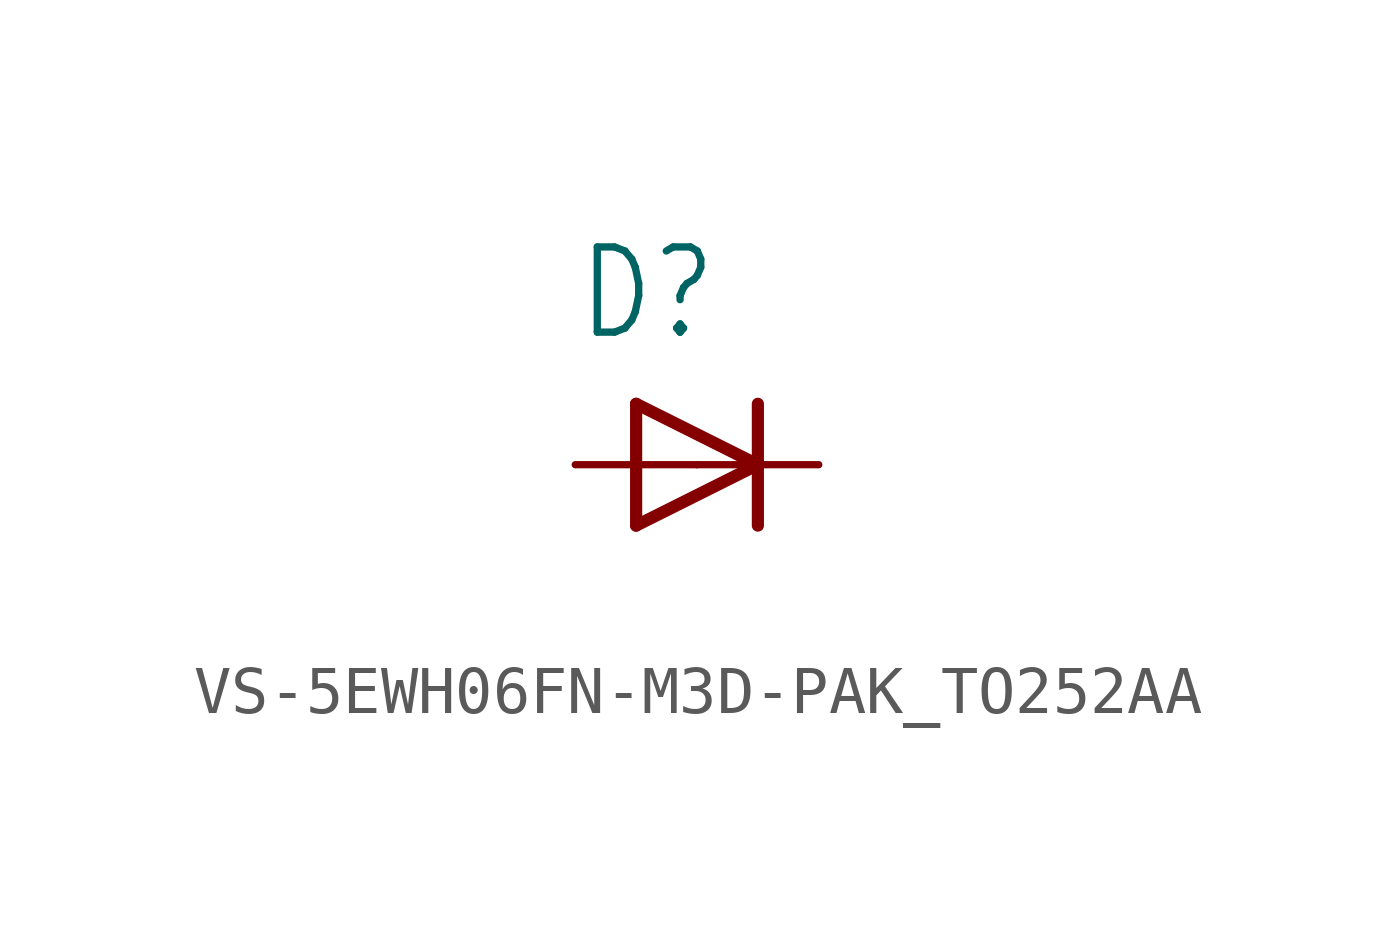
<source format=kicad_sym>
(kicad_symbol_lib
  (version 20220914)
  (generator kicad_symbol_editor)
  (symbol "VS-5EWH06FN-M3D-PAK_TO252AA"
    (property "Reference" "D"
      (at -2.54 2.54 0)
      (effects (font (size 1.778 1.511)) (justify left bottom)))
    (property "Value" ""
      (at -2.54 -2.54 0)
      (effects (font (size 1.778 1.511)) (justify left top)))
    (property "ki_locked" ""
      (at 0 0 0)
      (effects (font (size 1.27 1.27))))
    (symbol "VS-5EWH06FN-M3D-PAK_TO252AA_1_0"
      (polyline (pts (xy -1.27 -1.27) (xy 1.27 0)) (stroke (width 0.254) (type solid)) (fill (type none)))
      (polyline (pts (xy -1.27 1.27) (xy -1.27 -1.27)) (stroke (width 0.254) (type solid)) (fill (type none)))
      (polyline (pts (xy 1.27 0) (xy -1.27 1.27)) (stroke (width 0.254) (type solid)) (fill (type none)))
      (polyline (pts (xy 1.27 0) (xy 1.27 -1.27)) (stroke (width 0.254) (type solid)) (fill (type none)))
      (polyline (pts (xy 1.27 1.27) (xy 1.27 0)) (stroke (width 0.254) (type solid)) (fill (type none)))
      (pin passive line (at -2.54 0 0) (length 2.54) (name "A" (effects (font (size 0 0)))) (number "2" (effects (font (size 0 0)))))
      (pin passive line (at 2.54 0 180) (length 2.54) (name "C" (effects (font (size 0 0)))) (number "3" (effects (font (size 0 0))))))))
</source>
